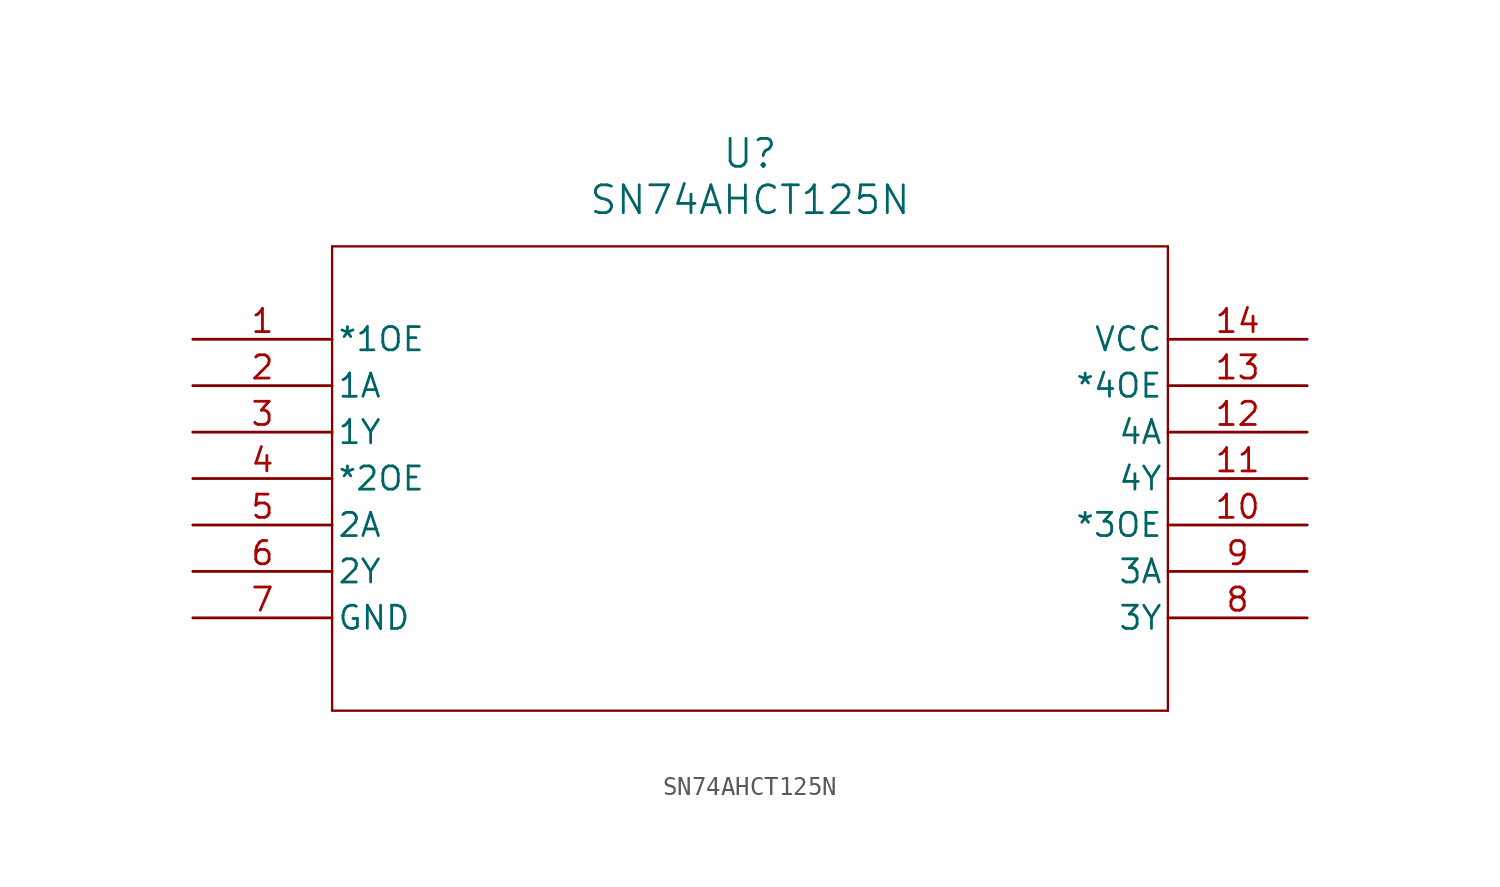
<source format=kicad_sym>
(kicad_symbol_lib
  (version 20211014)
  (generator kicad_symbol_editor)
  (symbol "SN74AHCT125N"
    (pin_names
      (offset 0.254))
    (property "Reference" "U"
      (at 30.48 10.16 0)
      (effects (font (size 1.524 1.524))))
    (property "Value" "SN74AHCT125N"
      (at 30.48 7.62 0)
      (effects (font (size 1.524 1.524))))
    (symbol "SN74AHCT125N_0_1"
      (polyline (pts (xy 7.62 5.08) (xy 7.62 -20.32)) (stroke (width .127) (type default) (color 0 0 0 0)) (fill (type none)))
      (polyline (pts (xy 7.62 -20.32) (xy 53.34 -20.32)) (stroke (width .127) (type default) (color 0 0 0 0)) (fill (type none)))
      (polyline (pts (xy 53.34 -20.32) (xy 53.34 5.08)) (stroke (width .127) (type default) (color 0 0 0 0)) (fill (type none)))
      (polyline (pts (xy 53.34 5.08) (xy 7.62 5.08)) (stroke (width .127) (type default) (color 0 0 0 0)) (fill (type none)))
      (pin input line (at 0 0 0) (length 7.62) (name "*1OE" (effects (font (size 1.27 1.27)))) (number "1" (effects (font (size 1.27 1.27)))))
      (pin input line (at 0 -2.54 0) (length 7.62) (name "1A" (effects (font (size 1.27 1.27)))) (number "2" (effects (font (size 1.27 1.27)))))
      (pin unspecified line (at 0 -5.08 0) (length 7.62) (name "1Y" (effects (font (size 1.27 1.27)))) (number "3" (effects (font (size 1.27 1.27)))))
      (pin input line (at 0 -7.62 0) (length 7.62) (name "*2OE" (effects (font (size 1.27 1.27)))) (number "4" (effects (font (size 1.27 1.27)))))
      (pin input line (at 0 -10.16 0) (length 7.62) (name "2A" (effects (font (size 1.27 1.27)))) (number "5" (effects (font (size 1.27 1.27)))))
      (pin unspecified line (at 0 -12.7 0) (length 7.62) (name "2Y" (effects (font (size 1.27 1.27)))) (number "6" (effects (font (size 1.27 1.27)))))
      (pin power_in line (at 0 -15.24 0) (length 7.62) (name "GND" (effects (font (size 1.27 1.27)))) (number "7" (effects (font (size 1.27 1.27)))))
      (pin unspecified line (at 60.96 -15.24 180) (length 7.62) (name "3Y" (effects (font (size 1.27 1.27)))) (number "8" (effects (font (size 1.27 1.27)))))
      (pin input line (at 60.96 -12.7 180) (length 7.62) (name "3A" (effects (font (size 1.27 1.27)))) (number "9" (effects (font (size 1.27 1.27)))))
      (pin input line (at 60.96 -10.16 180) (length 7.62) (name "*3OE" (effects (font (size 1.27 1.27)))) (number "10" (effects (font (size 1.27 1.27)))))
      (pin unspecified line (at 60.96 -7.62 180) (length 7.62) (name "4Y" (effects (font (size 1.27 1.27)))) (number "11" (effects (font (size 1.27 1.27)))))
      (pin input line (at 60.96 -5.08 180) (length 7.62) (name "4A" (effects (font (size 1.27 1.27)))) (number "12" (effects (font (size 1.27 1.27)))))
      (pin input line (at 60.96 -2.54 180) (length 7.62) (name "*4OE" (effects (font (size 1.27 1.27)))) (number "13" (effects (font (size 1.27 1.27)))))
      (pin power_in line (at 60.96 0 180) (length 7.62) (name "VCC" (effects (font (size 1.27 1.27)))) (number "14" (effects (font (size 1.27 1.27))))))))
</source>
